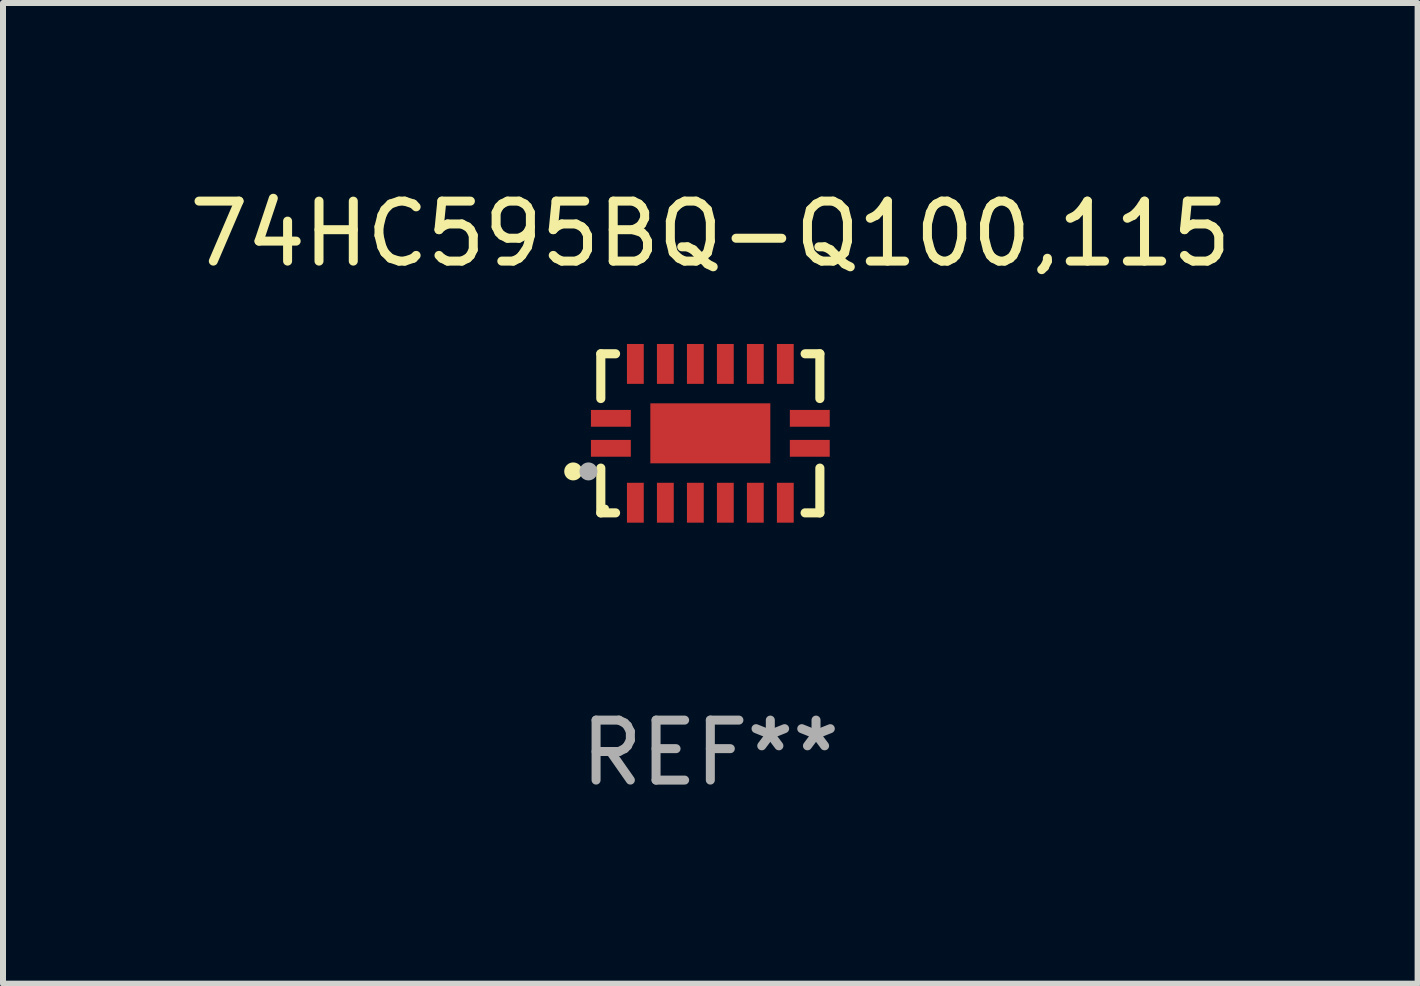
<source format=kicad_pcb>
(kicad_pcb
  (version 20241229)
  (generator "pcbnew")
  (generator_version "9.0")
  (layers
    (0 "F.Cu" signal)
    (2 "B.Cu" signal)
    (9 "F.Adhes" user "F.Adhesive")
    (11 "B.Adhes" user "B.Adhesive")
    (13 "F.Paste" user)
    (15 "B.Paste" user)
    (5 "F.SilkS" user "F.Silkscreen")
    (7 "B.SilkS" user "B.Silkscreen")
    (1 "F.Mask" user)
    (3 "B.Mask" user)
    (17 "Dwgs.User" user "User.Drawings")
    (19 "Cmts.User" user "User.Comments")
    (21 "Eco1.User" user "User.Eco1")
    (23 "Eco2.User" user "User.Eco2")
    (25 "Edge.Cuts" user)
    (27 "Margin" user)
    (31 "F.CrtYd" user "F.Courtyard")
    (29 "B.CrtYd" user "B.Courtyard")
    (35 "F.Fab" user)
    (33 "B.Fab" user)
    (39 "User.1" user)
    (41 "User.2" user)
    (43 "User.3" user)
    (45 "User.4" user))
  (footprint "74HC595BQ-Q100,115"
    (layer "F.Cu")
    (at 8.792 4.174)
    (property "Reference" "74HC595BQ-Q100,115" (at 0 -3.326 0) (layer "F.SilkS") (effects (font (size 1 1) (thickness 0.15))))
    (attr through_hole)
    (fp_line (start -1.826 -1.326) (end -1.58 -1.326) (stroke (width 0.152) (type solid)) (layer "F.SilkS"))
    (fp_line (start -1.826 -0.58) (end -1.826 -1.326) (stroke (width 0.152) (type solid)) (layer "F.SilkS"))
    (fp_line (start -1.826 0.58) (end -1.826 1.326) (stroke (width 0.152) (type solid)) (layer "F.SilkS"))
    (fp_line (start -1.826 1.326) (end -1.58 1.326) (stroke (width 0.152) (type solid)) (layer "F.SilkS"))
    (fp_line (start 1.826 -1.326) (end 1.58 -1.326) (stroke (width 0.152) (type solid)) (layer "F.SilkS"))
    (fp_line (start 1.826 -0.58) (end 1.826 -1.326) (stroke (width 0.152) (type solid)) (layer "F.SilkS"))
    (fp_line (start 1.826 0.58) (end 1.826 1.326) (stroke (width 0.152) (type solid)) (layer "F.SilkS"))
    (fp_line (start 1.826 1.326) (end 1.58 1.326) (stroke (width 0.152) (type solid)) (layer "F.SilkS"))
    (fp_circle (center -2.286 0.635) (end -2.211 0.635) (stroke (width 0.15) (type solid)) (fill no) (layer "F.SilkS"))
    (fp_circle (center -1.75 1.25) (end -1.72 1.25) (stroke (width 0.06) (type solid)) (fill no) (layer "F.SilkS"))
    (fp_circle (center -2.032 0.635) (end -1.957 0.635) (stroke (width 0.15) (type solid)) (fill no) (layer "F.Fab"))
    (fp_text user "REF**" (at 0 5.326 0) (layer "F.Fab") (effects (font (size 1 1) (thickness 0.15))))
    (pad "1" smd rect (at -1.658 0.25) (size 0.665 0.28) (layers "F.Cu" "F.Mask" "F.Paste"))
    (pad "2" smd rect (at -1.25 1.157) (size 0.28 0.665) (layers "F.Cu" "F.Mask" "F.Paste"))
    (pad "3" smd rect (at -0.75 1.157) (size 0.28 0.665) (layers "F.Cu" "F.Mask" "F.Paste"))
    (pad "4" smd rect (at -0.25 1.157) (size 0.28 0.665) (layers "F.Cu" "F.Mask" "F.Paste"))
    (pad "5" smd rect (at 0.25 1.157) (size 0.28 0.665) (layers "F.Cu" "F.Mask" "F.Paste"))
    (pad "6" smd rect (at 0.75 1.157) (size 0.28 0.665) (layers "F.Cu" "F.Mask" "F.Paste"))
    (pad "7" smd rect (at 1.25 1.157) (size 0.28 0.665) (layers "F.Cu" "F.Mask" "F.Paste"))
    (pad "8" smd rect (at 1.658 0.25) (size 0.665 0.28) (layers "F.Cu" "F.Mask" "F.Paste"))
    (pad "9" smd rect (at 1.658 -0.25) (size 0.665 0.28) (layers "F.Cu" "F.Mask" "F.Paste"))
    (pad "10" smd rect (at 1.25 -1.157) (size 0.28 0.665) (layers "F.Cu" "F.Mask" "F.Paste"))
    (pad "11" smd rect (at 0.75 -1.157) (size 0.28 0.665) (layers "F.Cu" "F.Mask" "F.Paste"))
    (pad "12" smd rect (at 0.25 -1.157) (size 0.28 0.665) (layers "F.Cu" "F.Mask" "F.Paste"))
    (pad "13" smd rect (at -0.25 -1.157) (size 0.28 0.665) (layers "F.Cu" "F.Mask" "F.Paste"))
    (pad "14" smd rect (at -0.75 -1.157) (size 0.28 0.665) (layers "F.Cu" "F.Mask" "F.Paste"))
    (pad "15" smd rect (at -1.25 -1.157) (size 0.28 0.665) (layers "F.Cu" "F.Mask" "F.Paste"))
    (pad "16" smd rect (at -1.658 -0.25) (size 0.665 0.28) (layers "F.Cu" "F.Mask" "F.Paste"))
    (pad "17" smd rect (at 0 0) (size 2 1) (layers "F.Cu" "F.Mask" "F.Paste")))
  (gr_rect
    (start -3 -3)
    (end 20.583 13.349)
    (stroke (width 0.1) (type default))
    (fill no)
    (layer "Edge.Cuts")))
</source>
